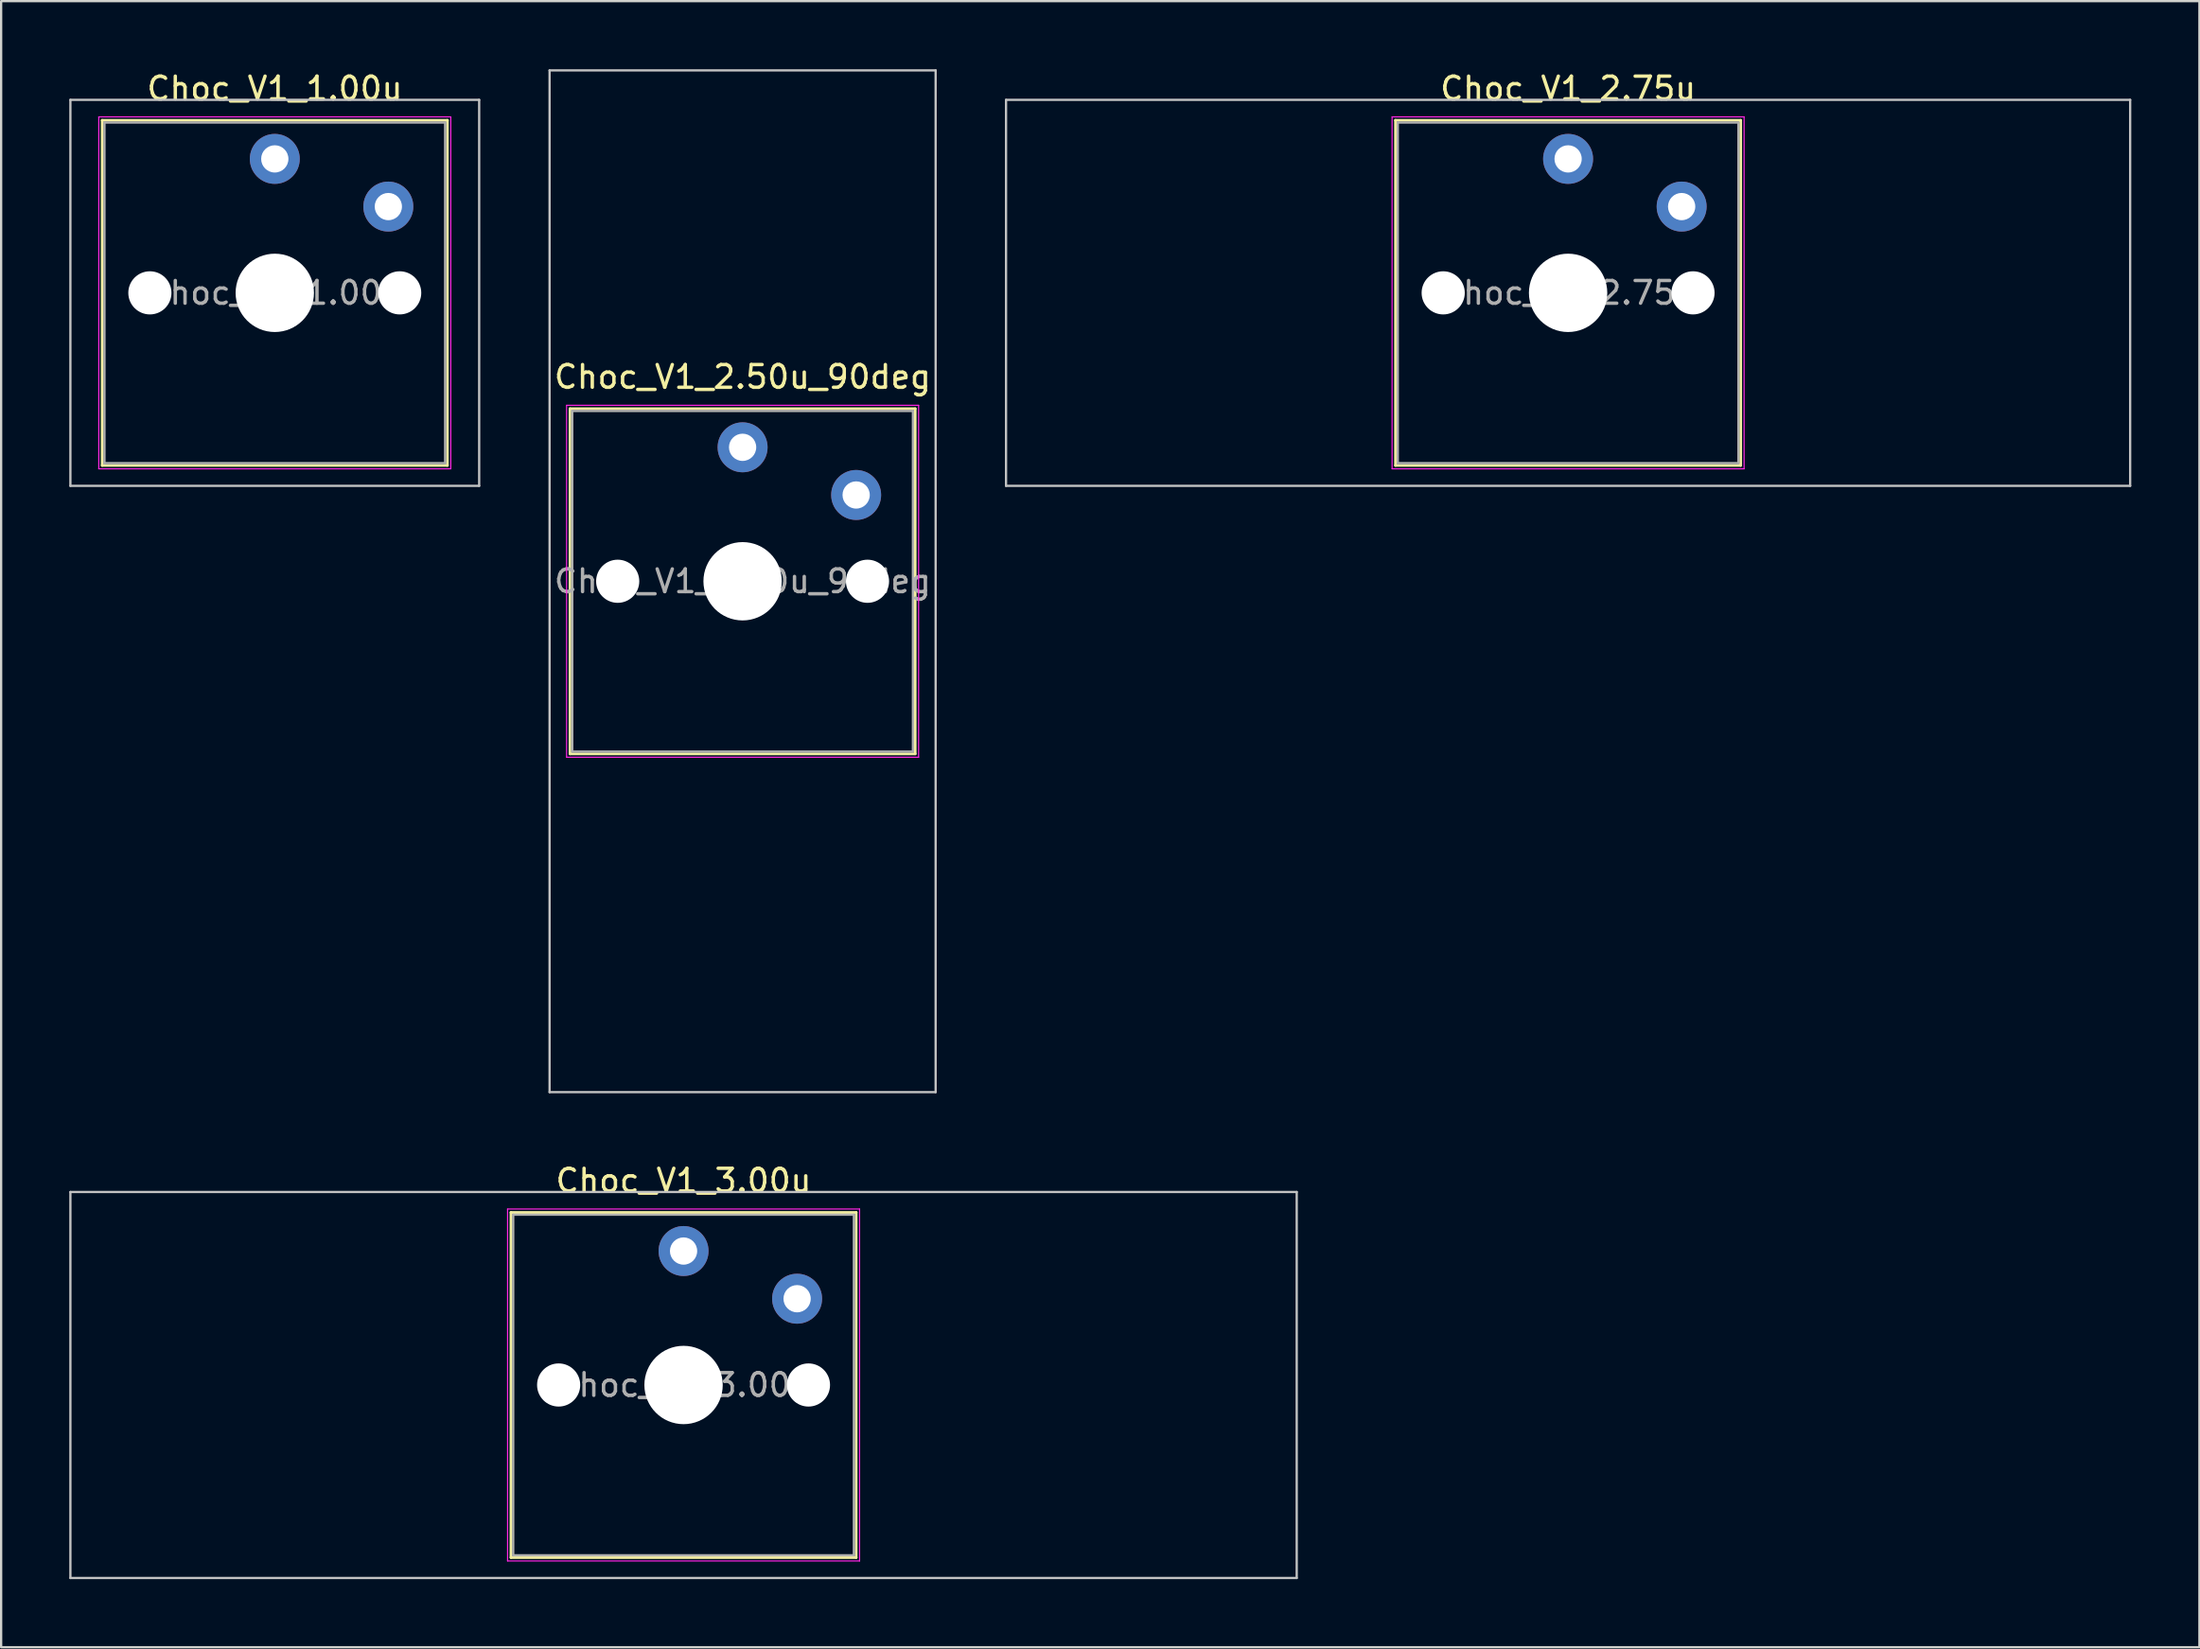
<source format=kicad_pcb>
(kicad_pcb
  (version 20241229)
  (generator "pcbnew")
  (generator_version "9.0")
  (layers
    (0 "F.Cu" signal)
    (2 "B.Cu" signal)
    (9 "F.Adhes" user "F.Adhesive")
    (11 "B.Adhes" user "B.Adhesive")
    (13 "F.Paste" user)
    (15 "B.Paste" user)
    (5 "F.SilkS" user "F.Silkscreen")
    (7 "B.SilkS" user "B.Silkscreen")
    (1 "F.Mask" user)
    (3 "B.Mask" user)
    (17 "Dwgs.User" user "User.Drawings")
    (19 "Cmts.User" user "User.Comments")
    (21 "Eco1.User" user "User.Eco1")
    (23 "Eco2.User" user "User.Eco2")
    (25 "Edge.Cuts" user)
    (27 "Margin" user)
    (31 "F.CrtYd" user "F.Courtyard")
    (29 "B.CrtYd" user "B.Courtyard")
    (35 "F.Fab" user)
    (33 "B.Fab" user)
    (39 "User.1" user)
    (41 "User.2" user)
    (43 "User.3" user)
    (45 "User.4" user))
  (footprint "Choc_V1_2.50u_90deg"
    (layer "F.Cu")
    (at 29.65 22.55)
    (property "Reference" "Choc_V1_2.50u_90deg" (at 0 -9 0) (layer "F.SilkS") (effects (font (size 1 1) (thickness 0.15))))
    (attr through_hole)
    (fp_line (start -7.6 -7.6) (end -7.6 7.6) (stroke (width 0.12) (type solid)) (layer "F.SilkS"))
    (fp_line (start -7.6 7.6) (end 7.6 7.6) (stroke (width 0.12) (type solid)) (layer "F.SilkS"))
    (fp_line (start 7.6 -7.6) (end -7.6 -7.6) (stroke (width 0.12) (type solid)) (layer "F.SilkS"))
    (fp_line (start 7.6 7.6) (end 7.6 -7.6) (stroke (width 0.12) (type solid)) (layer "F.SilkS"))
    (fp_line (start -8.5 -22.5) (end 8.5 -22.5) (stroke (width 0.1) (type solid)) (layer "Dwgs.User"))
    (fp_line (start -8.5 22.5) (end -8.5 -22.5) (stroke (width 0.1) (type solid)) (layer "Dwgs.User"))
    (fp_line (start 8.5 -22.5) (end 8.5 22.5) (stroke (width 0.1) (type solid)) (layer "Dwgs.User"))
    (fp_line (start 8.5 22.5) (end -8.5 22.5) (stroke (width 0.1) (type solid)) (layer "Dwgs.User"))
    (fp_line (start -7.25 -7.25) (end -7.25 7.25) (stroke (width 0.1) (type solid)) (layer "Eco1.User"))
    (fp_line (start -7.25 7.25) (end 7.25 7.25) (stroke (width 0.1) (type solid)) (layer "Eco1.User"))
    (fp_line (start 7.25 -7.25) (end -7.25 -7.25) (stroke (width 0.1) (type solid)) (layer "Eco1.User"))
    (fp_line (start 7.25 7.25) (end 7.25 -7.25) (stroke (width 0.1) (type solid)) (layer "Eco1.User"))
    (fp_line (start -7.75 -7.75) (end -7.75 7.75) (stroke (width 0.05) (type solid)) (layer "F.CrtYd"))
    (fp_line (start -7.75 7.75) (end 7.75 7.75) (stroke (width 0.05) (type solid)) (layer "F.CrtYd"))
    (fp_line (start 7.75 -7.75) (end -7.75 -7.75) (stroke (width 0.05) (type solid)) (layer "F.CrtYd"))
    (fp_line (start 7.75 7.75) (end 7.75 -7.75) (stroke (width 0.05) (type solid)) (layer "F.CrtYd"))
    (fp_line (start -7.5 -7.5) (end -7.5 7.5) (stroke (width 0.1) (type solid)) (layer "F.Fab"))
    (fp_line (start -7.5 7.5) (end 7.5 7.5) (stroke (width 0.1) (type solid)) (layer "F.Fab"))
    (fp_line (start 7.5 -7.5) (end -7.5 -7.5) (stroke (width 0.1) (type solid)) (layer "F.Fab"))
    (fp_line (start 7.5 7.5) (end 7.5 -7.5) (stroke (width 0.1) (type solid)) (layer "F.Fab"))
    (fp_text user "${REFERENCE}" (at 0 0 0) (layer "F.Fab") (effects (font (size 1 1) (thickness 0.15))))
    (pad "" np_thru_hole circle (at -5.5 0) (size 1.9 1.9) (drill 1.9) (layers "*.Cu" "*.Mask"))
    (pad "" np_thru_hole circle (at 0 0) (size 3.45 3.45) (drill 3.45) (layers "*.Cu" "*.Mask"))
    (pad "" np_thru_hole circle (at 5.5 0) (size 1.9 1.9) (drill 1.9) (layers "*.Cu" "*.Mask"))
    (pad "1" thru_hole circle (at 0 -5.9) (size 2.2 2.2) (drill 1.2) (layers "*.Cu" "*.Mask"))
    (pad "2" thru_hole circle (at 5 -3.8) (size 2.2 2.2) (drill 1.2) (layers "*.Cu" "*.Mask")))
  (footprint "Choc_V1_1.00u"
    (layer "F.Cu")
    (at 9.05 9.848)
    (property "Reference" "Choc_V1_1.00u" (at 0 -9 0) (layer "F.SilkS") (effects (font (size 1 1) (thickness 0.15))))
    (attr through_hole)
    (fp_line (start -7.6 -7.6) (end -7.6 7.6) (stroke (width 0.12) (type solid)) (layer "F.SilkS"))
    (fp_line (start -7.6 7.6) (end 7.6 7.6) (stroke (width 0.12) (type solid)) (layer "F.SilkS"))
    (fp_line (start 7.6 -7.6) (end -7.6 -7.6) (stroke (width 0.12) (type solid)) (layer "F.SilkS"))
    (fp_line (start 7.6 7.6) (end 7.6 -7.6) (stroke (width 0.12) (type solid)) (layer "F.SilkS"))
    (fp_line (start -9 -8.5) (end -9 8.5) (stroke (width 0.1) (type solid)) (layer "Dwgs.User"))
    (fp_line (start -9 8.5) (end 9 8.5) (stroke (width 0.1) (type solid)) (layer "Dwgs.User"))
    (fp_line (start 9 -8.5) (end -9 -8.5) (stroke (width 0.1) (type solid)) (layer "Dwgs.User"))
    (fp_line (start 9 8.5) (end 9 -8.5) (stroke (width 0.1) (type solid)) (layer "Dwgs.User"))
    (fp_line (start -7.25 -7.25) (end -7.25 7.25) (stroke (width 0.1) (type solid)) (layer "Eco1.User"))
    (fp_line (start -7.25 7.25) (end 7.25 7.25) (stroke (width 0.1) (type solid)) (layer "Eco1.User"))
    (fp_line (start 7.25 -7.25) (end -7.25 -7.25) (stroke (width 0.1) (type solid)) (layer "Eco1.User"))
    (fp_line (start 7.25 7.25) (end 7.25 -7.25) (stroke (width 0.1) (type solid)) (layer "Eco1.User"))
    (fp_line (start -7.75 -7.75) (end -7.75 7.75) (stroke (width 0.05) (type solid)) (layer "F.CrtYd"))
    (fp_line (start -7.75 7.75) (end 7.75 7.75) (stroke (width 0.05) (type solid)) (layer "F.CrtYd"))
    (fp_line (start 7.75 -7.75) (end -7.75 -7.75) (stroke (width 0.05) (type solid)) (layer "F.CrtYd"))
    (fp_line (start 7.75 7.75) (end 7.75 -7.75) (stroke (width 0.05) (type solid)) (layer "F.CrtYd"))
    (fp_line (start -7.5 -7.5) (end -7.5 7.5) (stroke (width 0.1) (type solid)) (layer "F.Fab"))
    (fp_line (start -7.5 7.5) (end 7.5 7.5) (stroke (width 0.1) (type solid)) (layer "F.Fab"))
    (fp_line (start 7.5 -7.5) (end -7.5 -7.5) (stroke (width 0.1) (type solid)) (layer "F.Fab"))
    (fp_line (start 7.5 7.5) (end 7.5 -7.5) (stroke (width 0.1) (type solid)) (layer "F.Fab"))
    (fp_text user "${REFERENCE}" (at 0 0 0) (layer "F.Fab") (effects (font (size 1 1) (thickness 0.15))))
    (pad "" np_thru_hole circle (at -5.5 0) (size 1.9 1.9) (drill 1.9) (layers "*.Cu" "*.Mask"))
    (pad "" np_thru_hole circle (at 0 0) (size 3.45 3.45) (drill 3.45) (layers "*.Cu" "*.Mask"))
    (pad "" np_thru_hole circle (at 5.5 0) (size 1.9 1.9) (drill 1.9) (layers "*.Cu" "*.Mask"))
    (pad "1" thru_hole circle (at 0 -5.9) (size 2.2 2.2) (drill 1.2) (layers "*.Cu" "*.Mask"))
    (pad "2" thru_hole circle (at 5 -3.8) (size 2.2 2.2) (drill 1.2) (layers "*.Cu" "*.Mask")))
  (footprint "Choc_V1_3.00u"
    (layer "F.Cu")
    (at 27.05 57.948)
    (property "Reference" "Choc_V1_3.00u" (at 0 -9 0) (layer "F.SilkS") (effects (font (size 1 1) (thickness 0.15))))
    (attr through_hole)
    (fp_line (start -7.6 -7.6) (end -7.6 7.6) (stroke (width 0.12) (type solid)) (layer "F.SilkS"))
    (fp_line (start -7.6 7.6) (end 7.6 7.6) (stroke (width 0.12) (type solid)) (layer "F.SilkS"))
    (fp_line (start 7.6 -7.6) (end -7.6 -7.6) (stroke (width 0.12) (type solid)) (layer "F.SilkS"))
    (fp_line (start 7.6 7.6) (end 7.6 -7.6) (stroke (width 0.12) (type solid)) (layer "F.SilkS"))
    (fp_line (start -27 -8.5) (end -27 8.5) (stroke (width 0.1) (type solid)) (layer "Dwgs.User"))
    (fp_line (start -27 8.5) (end 27 8.5) (stroke (width 0.1) (type solid)) (layer "Dwgs.User"))
    (fp_line (start 27 -8.5) (end -27 -8.5) (stroke (width 0.1) (type solid)) (layer "Dwgs.User"))
    (fp_line (start 27 8.5) (end 27 -8.5) (stroke (width 0.1) (type solid)) (layer "Dwgs.User"))
    (fp_line (start -7.25 -7.25) (end -7.25 7.25) (stroke (width 0.1) (type solid)) (layer "Eco1.User"))
    (fp_line (start -7.25 7.25) (end 7.25 7.25) (stroke (width 0.1) (type solid)) (layer "Eco1.User"))
    (fp_line (start 7.25 -7.25) (end -7.25 -7.25) (stroke (width 0.1) (type solid)) (layer "Eco1.User"))
    (fp_line (start 7.25 7.25) (end 7.25 -7.25) (stroke (width 0.1) (type solid)) (layer "Eco1.User"))
    (fp_line (start -7.75 -7.75) (end -7.75 7.75) (stroke (width 0.05) (type solid)) (layer "F.CrtYd"))
    (fp_line (start -7.75 7.75) (end 7.75 7.75) (stroke (width 0.05) (type solid)) (layer "F.CrtYd"))
    (fp_line (start 7.75 -7.75) (end -7.75 -7.75) (stroke (width 0.05) (type solid)) (layer "F.CrtYd"))
    (fp_line (start 7.75 7.75) (end 7.75 -7.75) (stroke (width 0.05) (type solid)) (layer "F.CrtYd"))
    (fp_line (start -7.5 -7.5) (end -7.5 7.5) (stroke (width 0.1) (type solid)) (layer "F.Fab"))
    (fp_line (start -7.5 7.5) (end 7.5 7.5) (stroke (width 0.1) (type solid)) (layer "F.Fab"))
    (fp_line (start 7.5 -7.5) (end -7.5 -7.5) (stroke (width 0.1) (type solid)) (layer "F.Fab"))
    (fp_line (start 7.5 7.5) (end 7.5 -7.5) (stroke (width 0.1) (type solid)) (layer "F.Fab"))
    (fp_text user "${REFERENCE}" (at 0 0 0) (layer "F.Fab") (effects (font (size 1 1) (thickness 0.15))))
    (pad "" np_thru_hole circle (at -5.5 0) (size 1.9 1.9) (drill 1.9) (layers "*.Cu" "*.Mask"))
    (pad "" np_thru_hole circle (at 0 0) (size 3.45 3.45) (drill 3.45) (layers "*.Cu" "*.Mask"))
    (pad "" np_thru_hole circle (at 5.5 0) (size 1.9 1.9) (drill 1.9) (layers "*.Cu" "*.Mask"))
    (pad "1" thru_hole circle (at 0 -5.9) (size 2.2 2.2) (drill 1.2) (layers "*.Cu" "*.Mask"))
    (pad "2" thru_hole circle (at 5 -3.8) (size 2.2 2.2) (drill 1.2) (layers "*.Cu" "*.Mask")))
  (footprint "Choc_V1_2.75u"
    (layer "F.Cu")
    (at 66 9.848)
    (property "Reference" "Choc_V1_2.75u" (at 0 -9 0) (layer "F.SilkS") (effects (font (size 1 1) (thickness 0.15))))
    (attr through_hole)
    (fp_line (start -7.6 -7.6) (end -7.6 7.6) (stroke (width 0.12) (type solid)) (layer "F.SilkS"))
    (fp_line (start -7.6 7.6) (end 7.6 7.6) (stroke (width 0.12) (type solid)) (layer "F.SilkS"))
    (fp_line (start 7.6 -7.6) (end -7.6 -7.6) (stroke (width 0.12) (type solid)) (layer "F.SilkS"))
    (fp_line (start 7.6 7.6) (end 7.6 -7.6) (stroke (width 0.12) (type solid)) (layer "F.SilkS"))
    (fp_line (start -24.75 -8.5) (end -24.75 8.5) (stroke (width 0.1) (type solid)) (layer "Dwgs.User"))
    (fp_line (start -24.75 8.5) (end 24.75 8.5) (stroke (width 0.1) (type solid)) (layer "Dwgs.User"))
    (fp_line (start 24.75 -8.5) (end -24.75 -8.5) (stroke (width 0.1) (type solid)) (layer "Dwgs.User"))
    (fp_line (start 24.75 8.5) (end 24.75 -8.5) (stroke (width 0.1) (type solid)) (layer "Dwgs.User"))
    (fp_line (start -7.25 -7.25) (end -7.25 7.25) (stroke (width 0.1) (type solid)) (layer "Eco1.User"))
    (fp_line (start -7.25 7.25) (end 7.25 7.25) (stroke (width 0.1) (type solid)) (layer "Eco1.User"))
    (fp_line (start 7.25 -7.25) (end -7.25 -7.25) (stroke (width 0.1) (type solid)) (layer "Eco1.User"))
    (fp_line (start 7.25 7.25) (end 7.25 -7.25) (stroke (width 0.1) (type solid)) (layer "Eco1.User"))
    (fp_line (start -7.75 -7.75) (end -7.75 7.75) (stroke (width 0.05) (type solid)) (layer "F.CrtYd"))
    (fp_line (start -7.75 7.75) (end 7.75 7.75) (stroke (width 0.05) (type solid)) (layer "F.CrtYd"))
    (fp_line (start 7.75 -7.75) (end -7.75 -7.75) (stroke (width 0.05) (type solid)) (layer "F.CrtYd"))
    (fp_line (start 7.75 7.75) (end 7.75 -7.75) (stroke (width 0.05) (type solid)) (layer "F.CrtYd"))
    (fp_line (start -7.5 -7.5) (end -7.5 7.5) (stroke (width 0.1) (type solid)) (layer "F.Fab"))
    (fp_line (start -7.5 7.5) (end 7.5 7.5) (stroke (width 0.1) (type solid)) (layer "F.Fab"))
    (fp_line (start 7.5 -7.5) (end -7.5 -7.5) (stroke (width 0.1) (type solid)) (layer "F.Fab"))
    (fp_line (start 7.5 7.5) (end 7.5 -7.5) (stroke (width 0.1) (type solid)) (layer "F.Fab"))
    (fp_text user "${REFERENCE}" (at 0 0 0) (layer "F.Fab") (effects (font (size 1 1) (thickness 0.15))))
    (pad "" np_thru_hole circle (at -5.5 0) (size 1.9 1.9) (drill 1.9) (layers "*.Cu" "*.Mask"))
    (pad "" np_thru_hole circle (at 0 0) (size 3.45 3.45) (drill 3.45) (layers "*.Cu" "*.Mask"))
    (pad "" np_thru_hole circle (at 5.5 0) (size 1.9 1.9) (drill 1.9) (layers "*.Cu" "*.Mask"))
    (pad "1" thru_hole circle (at 0 -5.9) (size 2.2 2.2) (drill 1.2) (layers "*.Cu" "*.Mask"))
    (pad "2" thru_hole circle (at 5 -3.8) (size 2.2 2.2) (drill 1.2) (layers "*.Cu" "*.Mask")))
  (gr_rect
    (start -3 -3)
    (end 93.8 69.498)
    (stroke (width 0.1) (type default))
    (fill no)
    (layer "Edge.Cuts")))
</source>
